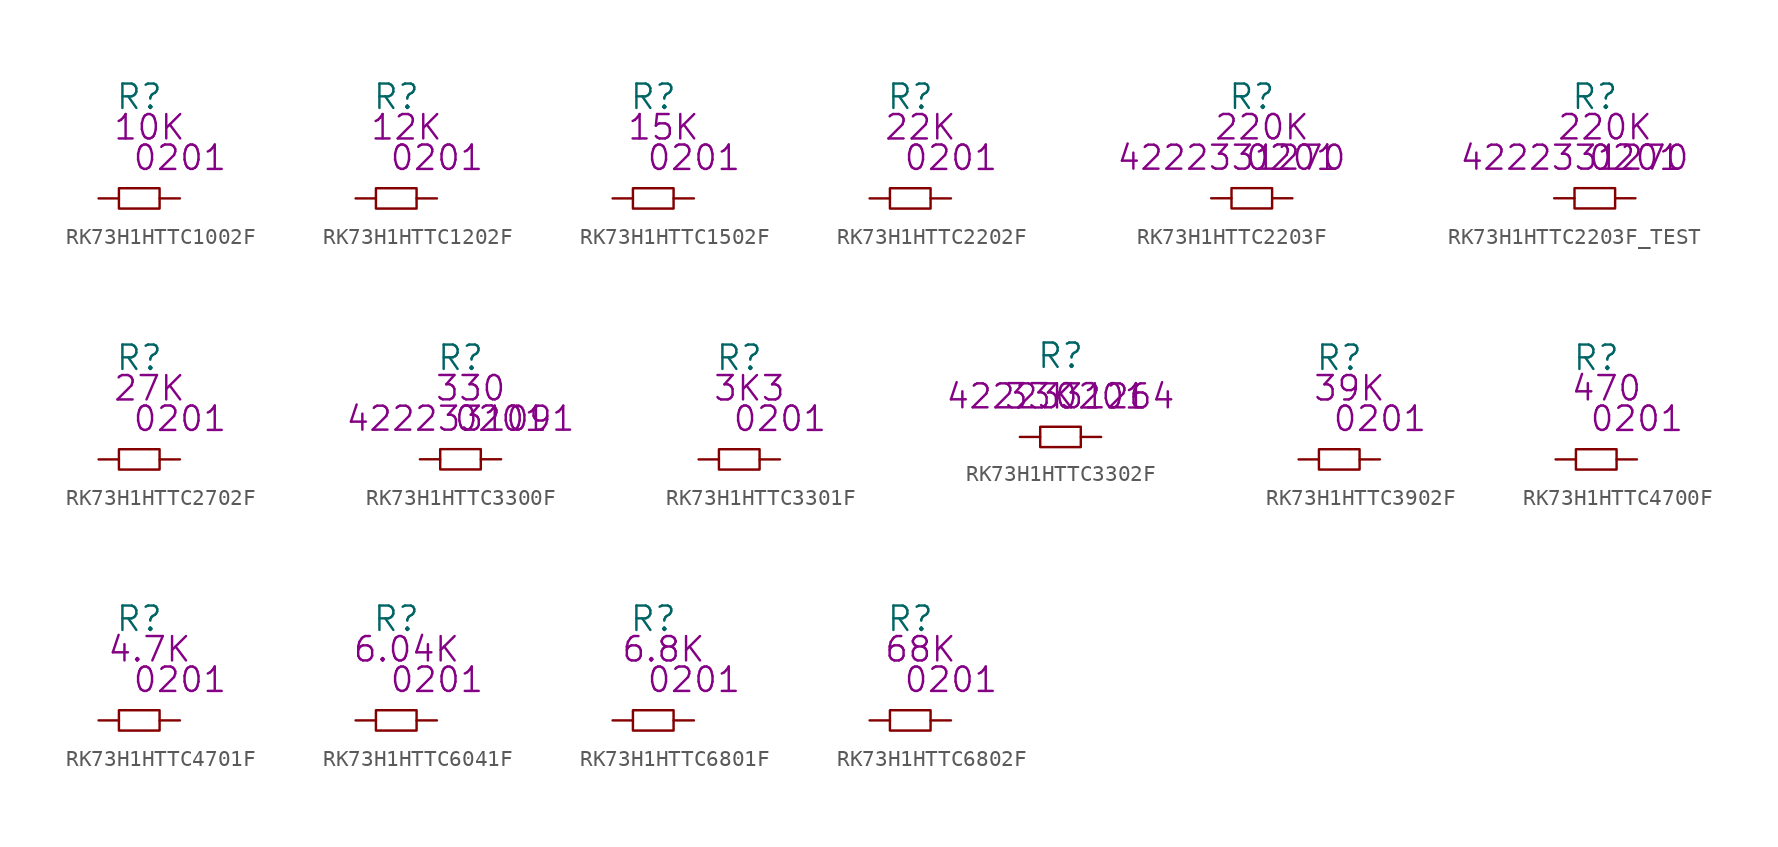
<source format=kicad_sym>
(kicad_symbol_lib
  (version 20220914)
  (generator kicad_symbol_editor)
  (symbol "RK73H1HTTC1002F"
    (pin_numbers hide)
    (pin_names
      (offset 1.016) hide)
    (property "Reference" "R"
      (at 0 6.35 0)
      (effects (font (size 1.524 1.524))))
    (property "Size" "0201"
      (at 2.54 2.54 0)
      (effects (font (size 1.524 1.524))))
    (property "Value2" "10K"
      (at 0.635 4.445 0)
      (effects (font (size 1.524 1.524))))
    (symbol "RK73H1HTTC1002F_0_1"
      (rectangle (start -1.27 0.635) (end 1.27 -0.635) (stroke (width 0) (type solid)) (fill (type none))))
    (symbol "RK73H1HTTC1002F_1_1"
      (pin passive line (at -2.54 0 0) (length 1.27) (name "1" (effects (font (size 1.27 1.27)))) (number "1" (effects (font (size 1.27 1.27)))))
      (pin passive line (at 2.54 0 180) (length 1.27) (name "2" (effects (font (size 1.27 1.27)))) (number "2" (effects (font (size 1.27 1.27)))))))
  (symbol "RK73H1HTTC1202F"
    (pin_numbers hide)
    (pin_names
      (offset 1.016) hide)
    (property "Reference" "R"
      (at 0 6.35 0)
      (effects (font (size 1.524 1.524))))
    (property "Size" "0201"
      (at 2.54 2.54 0)
      (effects (font (size 1.524 1.524))))
    (property "Value2" "12K"
      (at 0.635 4.445 0)
      (effects (font (size 1.524 1.524))))
    (symbol "RK73H1HTTC1202F_0_1"
      (rectangle (start -1.27 0.635) (end 1.27 -0.635) (stroke (width 0) (type solid)) (fill (type none))))
    (symbol "RK73H1HTTC1202F_1_1"
      (pin passive line (at -2.54 0 0) (length 1.27) (name "1" (effects (font (size 1.27 1.27)))) (number "1" (effects (font (size 1.27 1.27)))))
      (pin passive line (at 2.54 0 180) (length 1.27) (name "2" (effects (font (size 1.27 1.27)))) (number "2" (effects (font (size 1.27 1.27)))))))
  (symbol "RK73H1HTTC1502F"
    (pin_numbers hide)
    (pin_names
      (offset 1.016) hide)
    (property "Reference" "R"
      (at 0 6.35 0)
      (effects (font (size 1.524 1.524))))
    (property "Size" "0201"
      (at 2.54 2.54 0)
      (effects (font (size 1.524 1.524))))
    (property "Value2" "15K"
      (at 0.635 4.445 0)
      (effects (font (size 1.524 1.524))))
    (symbol "RK73H1HTTC1502F_0_1"
      (rectangle (start -1.27 0.635) (end 1.27 -0.635) (stroke (width 0) (type solid)) (fill (type none))))
    (symbol "RK73H1HTTC1502F_1_1"
      (pin passive line (at -2.54 0 0) (length 1.27) (name "1" (effects (font (size 1.27 1.27)))) (number "1" (effects (font (size 1.27 1.27)))))
      (pin passive line (at 2.54 0 180) (length 1.27) (name "2" (effects (font (size 1.27 1.27)))) (number "2" (effects (font (size 1.27 1.27)))))))
  (symbol "RK73H1HTTC2202F"
    (pin_numbers hide)
    (pin_names
      (offset 1.016) hide)
    (property "Reference" "R"
      (at 0 6.35 0)
      (effects (font (size 1.524 1.524))))
    (property "Size" "0201"
      (at 2.54 2.54 0)
      (effects (font (size 1.524 1.524))))
    (property "Value2" "22K"
      (at 0.635 4.445 0)
      (effects (font (size 1.524 1.524))))
    (symbol "RK73H1HTTC2202F_0_1"
      (rectangle (start -1.27 0.635) (end 1.27 -0.635) (stroke (width 0) (type solid)) (fill (type none))))
    (symbol "RK73H1HTTC2202F_1_1"
      (pin passive line (at -2.54 0 0) (length 1.27) (name "1" (effects (font (size 1.27 1.27)))) (number "1" (effects (font (size 1.27 1.27)))))
      (pin passive line (at 2.54 0 180) (length 1.27) (name "2" (effects (font (size 1.27 1.27)))) (number "2" (effects (font (size 1.27 1.27)))))))
  (symbol "RK73H1HTTC2203F"
    (pin_numbers hide)
    (pin_names
      (offset 1.016) hide)
    (property "Reference" "R"
      (at 0 6.35 0)
      (effects (font (size 1.524 1.524))))
    (property "Size" "0201"
      (at 2.54 2.54 0)
      (effects (font (size 1.524 1.524))))
    (property "Value2" "220K"
      (at 0.635 4.445 0)
      (effects (font (size 1.524 1.524))))
    (property "AC" "4222331270"
      (at -1.27 2.54 0)
      (effects (font (size 1.499 1.499))))
    (symbol "RK73H1HTTC2203F_0_1"
      (rectangle (start -1.27 0.635) (end 1.27 -0.635) (stroke (width 0) (type solid)) (fill (type none))))
    (symbol "RK73H1HTTC2203F_1_1"
      (pin passive line (at -2.54 0 0) (length 1.27) (name "1" (effects (font (size 1.27 1.27)))) (number "1" (effects (font (size 1.27 1.27)))))
      (pin passive line (at 2.54 0 180) (length 1.27) (name "2" (effects (font (size 1.27 1.27)))) (number "2" (effects (font (size 1.27 1.27)))))))
  (symbol "RK73H1HTTC2203F_TEST"
    (pin_numbers hide)
    (pin_names
      (offset 1.016) hide)
    (property "Reference" "R"
      (at 0 6.35 0)
      (effects (font (size 1.524 1.524))))
    (property "Size" "0201"
      (at 2.54 2.54 0)
      (effects (font (size 1.524 1.524))))
    (property "Value2" "220K"
      (at 0.635 4.445 0)
      (effects (font (size 1.524 1.524))))
    (property "AC" "4222331270"
      (at -1.27 2.54 0)
      (effects (font (size 1.499 1.499))))
    (symbol "RK73H1HTTC2203F_TEST_0_1"
      (rectangle (start -1.27 0.635) (end 1.27 -0.635) (stroke (width 0) (type solid)) (fill (type none))))
    (symbol "RK73H1HTTC2203F_TEST_1_1"
      (pin passive line (at -2.54 0 0) (length 1.27) (name "1" (effects (font (size 1.27 1.27)))) (number "1" (effects (font (size 1.27 1.27)))))
      (pin passive line (at 2.54 0 180) (length 1.27) (name "2" (effects (font (size 1.27 1.27)))) (number "2" (effects (font (size 1.27 1.27)))))))
  (symbol "RK73H1HTTC2702F"
    (pin_numbers hide)
    (pin_names
      (offset 1.016) hide)
    (property "Reference" "R"
      (at 0 6.35 0)
      (effects (font (size 1.524 1.524))))
    (property "Size" "0201"
      (at 2.54 2.54 0)
      (effects (font (size 1.524 1.524))))
    (property "Value2" "27K"
      (at 0.635 4.445 0)
      (effects (font (size 1.524 1.524))))
    (symbol "RK73H1HTTC2702F_0_1"
      (rectangle (start -1.27 0.635) (end 1.27 -0.635) (stroke (width 0) (type solid)) (fill (type none))))
    (symbol "RK73H1HTTC2702F_1_1"
      (pin passive line (at -2.54 0 0) (length 1.27) (name "1" (effects (font (size 1.27 1.27)))) (number "1" (effects (font (size 1.27 1.27)))))
      (pin passive line (at 2.54 0 180) (length 1.27) (name "2" (effects (font (size 1.27 1.27)))) (number "2" (effects (font (size 1.27 1.27)))))))
  (symbol "RK73H1HTTC3300F"
    (pin_numbers hide)
    (pin_names
      (offset 1.016) hide)
    (property "Reference" "R"
      (at 0 6.35 0)
      (effects (font (size 1.524 1.524))))
    (property "Size" "0201"
      (at 2.54 2.54 0)
      (effects (font (size 1.524 1.524))))
    (property "Value2" "330"
      (at 0.635 4.445 0)
      (effects (font (size 1.524 1.524))))
    (property "AC" "4222331091"
      (at 0 2.54 0)
      (effects (font (size 1.499 1.499))))
    (symbol "RK73H1HTTC3300F_0_1"
      (rectangle (start -1.27 0.635) (end 1.27 -0.635) (stroke (width 0) (type solid)) (fill (type none))))
    (symbol "RK73H1HTTC3300F_1_1"
      (pin passive line (at -2.54 0 0) (length 1.27) (name "1" (effects (font (size 1.27 1.27)))) (number "1" (effects (font (size 1.27 1.27)))))
      (pin passive line (at 2.54 0 180) (length 1.27) (name "2" (effects (font (size 1.27 1.27)))) (number "2" (effects (font (size 1.27 1.27)))))))
  (symbol "RK73H1HTTC3301F"
    (pin_numbers hide)
    (pin_names
      (offset 1.016) hide)
    (property "Reference" "R"
      (at 0 6.35 0)
      (effects (font (size 1.524 1.524))))
    (property "Size" "0201"
      (at 2.54 2.54 0)
      (effects (font (size 1.524 1.524))))
    (property "Value2" "3K3"
      (at 0.635 4.445 0)
      (effects (font (size 1.524 1.524))))
    (symbol "RK73H1HTTC3301F_0_1"
      (rectangle (start -1.27 0.635) (end 1.27 -0.635) (stroke (width 0) (type solid)) (fill (type none))))
    (symbol "RK73H1HTTC3301F_1_1"
      (pin passive line (at -2.54 0 0) (length 1.27) (name "1" (effects (font (size 1.27 1.27)))) (number "1" (effects (font (size 1.27 1.27)))))
      (pin passive line (at 2.54 0 180) (length 1.27) (name "2" (effects (font (size 1.27 1.27)))) (number "2" (effects (font (size 1.27 1.27)))))))
  (symbol "RK73H1HTTC3302F"
    (pin_numbers hide)
    (pin_names
      (offset 1.016) hide)
    (property "Reference" "R"
      (at 0 5.08 0)
      (effects (font (size 1.524 1.524))))
    (property "Size" "0201"
      (at 2.54 2.54 0)
      (effects (font (size 1.524 1.524))))
    (property "Value2" "33K"
      (at -1.27 2.54 0)
      (effects (font (size 1.524 1.524))))
    (property "AC" "4222331264"
      (at 0 2.54 0)
      (effects (font (size 1.499 1.499))))
    (symbol "RK73H1HTTC3302F_0_1"
      (rectangle (start -1.27 0.635) (end 1.27 -0.635) (stroke (width 0) (type solid)) (fill (type none))))
    (symbol "RK73H1HTTC3302F_1_1"
      (pin passive line (at -2.54 0 0) (length 1.27) (name "1" (effects (font (size 1.27 1.27)))) (number "1" (effects (font (size 1.27 1.27)))))
      (pin passive line (at 2.54 0 180) (length 1.27) (name "2" (effects (font (size 1.27 1.27)))) (number "2" (effects (font (size 1.27 1.27)))))))
  (symbol "RK73H1HTTC3902F"
    (pin_numbers hide)
    (pin_names
      (offset 1.016) hide)
    (property "Reference" "R"
      (at 0 6.35 0)
      (effects (font (size 1.524 1.524))))
    (property "Size" "0201"
      (at 2.54 2.54 0)
      (effects (font (size 1.524 1.524))))
    (property "Value2" "39K"
      (at 0.635 4.445 0)
      (effects (font (size 1.524 1.524))))
    (symbol "RK73H1HTTC3902F_0_1"
      (rectangle (start -1.27 0.635) (end 1.27 -0.635) (stroke (width 0) (type solid)) (fill (type none))))
    (symbol "RK73H1HTTC3902F_1_1"
      (pin passive line (at -2.54 0 0) (length 1.27) (name "1" (effects (font (size 1.27 1.27)))) (number "1" (effects (font (size 1.27 1.27)))))
      (pin passive line (at 2.54 0 180) (length 1.27) (name "2" (effects (font (size 1.27 1.27)))) (number "2" (effects (font (size 1.27 1.27)))))))
  (symbol "RK73H1HTTC4700F"
    (pin_numbers hide)
    (pin_names
      (offset 1.016) hide)
    (property "Reference" "R"
      (at 0 6.35 0)
      (effects (font (size 1.524 1.524))))
    (property "Size" "0201"
      (at 2.54 2.54 0)
      (effects (font (size 1.524 1.524))))
    (property "Value2" "470"
      (at 0.635 4.445 0)
      (effects (font (size 1.524 1.524))))
    (symbol "RK73H1HTTC4700F_0_1"
      (rectangle (start -1.27 0.635) (end 1.27 -0.635) (stroke (width 0) (type solid)) (fill (type none))))
    (symbol "RK73H1HTTC4700F_1_1"
      (pin passive line (at -2.54 0 0) (length 1.27) (name "1" (effects (font (size 1.27 1.27)))) (number "1" (effects (font (size 1.27 1.27)))))
      (pin passive line (at 2.54 0 180) (length 1.27) (name "2" (effects (font (size 1.27 1.27)))) (number "2" (effects (font (size 1.27 1.27)))))))
  (symbol "RK73H1HTTC4701F"
    (pin_numbers hide)
    (pin_names
      (offset 1.016) hide)
    (property "Reference" "R"
      (at 0 6.35 0)
      (effects (font (size 1.524 1.524))))
    (property "Size" "0201"
      (at 2.54 2.54 0)
      (effects (font (size 1.524 1.524))))
    (property "Value2" "4.7K"
      (at 0.635 4.445 0)
      (effects (font (size 1.524 1.524))))
    (symbol "RK73H1HTTC4701F_0_1"
      (rectangle (start -1.27 0.635) (end 1.27 -0.635) (stroke (width 0) (type solid)) (fill (type none))))
    (symbol "RK73H1HTTC4701F_1_1"
      (pin passive line (at -2.54 0 0) (length 1.27) (name "1" (effects (font (size 1.27 1.27)))) (number "1" (effects (font (size 1.27 1.27)))))
      (pin passive line (at 2.54 0 180) (length 1.27) (name "2" (effects (font (size 1.27 1.27)))) (number "2" (effects (font (size 1.27 1.27)))))))
  (symbol "RK73H1HTTC6041F"
    (pin_numbers hide)
    (pin_names
      (offset 1.016) hide)
    (property "Reference" "R"
      (at 0 6.35 0)
      (effects (font (size 1.524 1.524))))
    (property "Size" "0201"
      (at 2.54 2.54 0)
      (effects (font (size 1.524 1.524))))
    (property "Value2" "6.04K"
      (at 0.635 4.445 0)
      (effects (font (size 1.524 1.524))))
    (symbol "RK73H1HTTC6041F_0_1"
      (rectangle (start -1.27 0.635) (end 1.27 -0.635) (stroke (width 0) (type solid)) (fill (type none))))
    (symbol "RK73H1HTTC6041F_1_1"
      (pin passive line (at -2.54 0 0) (length 1.27) (name "1" (effects (font (size 1.27 1.27)))) (number "1" (effects (font (size 1.27 1.27)))))
      (pin passive line (at 2.54 0 180) (length 1.27) (name "2" (effects (font (size 1.27 1.27)))) (number "2" (effects (font (size 1.27 1.27)))))))
  (symbol "RK73H1HTTC6801F"
    (pin_numbers hide)
    (pin_names
      (offset 1.016) hide)
    (property "Reference" "R"
      (at 0 6.35 0)
      (effects (font (size 1.524 1.524))))
    (property "Size" "0201"
      (at 2.54 2.54 0)
      (effects (font (size 1.524 1.524))))
    (property "Value2" "6.8K"
      (at 0.635 4.445 0)
      (effects (font (size 1.524 1.524))))
    (symbol "RK73H1HTTC6801F_0_1"
      (rectangle (start -1.27 0.635) (end 1.27 -0.635) (stroke (width 0) (type solid)) (fill (type none))))
    (symbol "RK73H1HTTC6801F_1_1"
      (pin passive line (at -2.54 0 0) (length 1.27) (name "1" (effects (font (size 1.27 1.27)))) (number "1" (effects (font (size 1.27 1.27)))))
      (pin passive line (at 2.54 0 180) (length 1.27) (name "2" (effects (font (size 1.27 1.27)))) (number "2" (effects (font (size 1.27 1.27)))))))
  (symbol "RK73H1HTTC6802F"
    (pin_numbers hide)
    (pin_names
      (offset 1.016) hide)
    (property "Reference" "R"
      (at 0 6.35 0)
      (effects (font (size 1.524 1.524))))
    (property "Size" "0201"
      (at 2.54 2.54 0)
      (effects (font (size 1.524 1.524))))
    (property "Value2" "68K"
      (at 0.635 4.445 0)
      (effects (font (size 1.524 1.524))))
    (symbol "RK73H1HTTC6802F_0_1"
      (rectangle (start -1.27 0.635) (end 1.27 -0.635) (stroke (width 0) (type solid)) (fill (type none))))
    (symbol "RK73H1HTTC6802F_1_1"
      (pin passive line (at -2.54 0 0) (length 1.27) (name "1" (effects (font (size 1.27 1.27)))) (number "1" (effects (font (size 1.27 1.27)))))
      (pin passive line (at 2.54 0 180) (length 1.27) (name "2" (effects (font (size 1.27 1.27)))) (number "2" (effects (font (size 1.27 1.27))))))))
</source>
